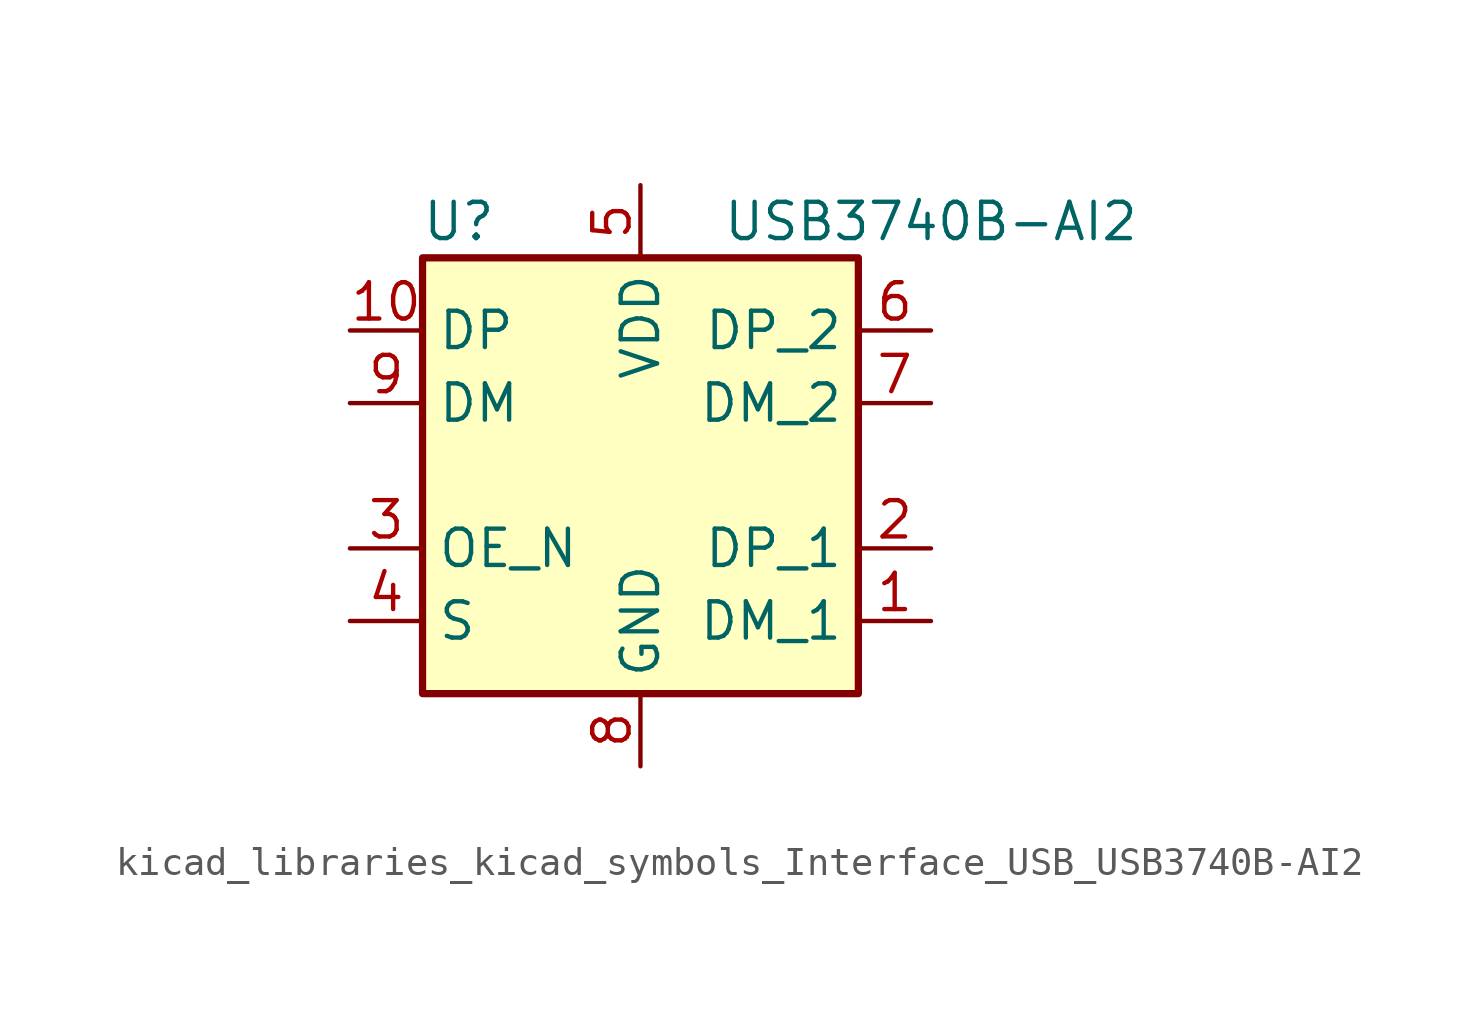
<source format=kicad_sym>
(kicad_symbol_lib
  (version 20220914)
  (generator kicad_symbol_editor)
  (symbol "kicad_libraries_kicad_symbols_Interface_USB_USB3740B-AI2"
    (property "Reference" "U"
      (at -6.35 8.89 0)
      (effects (font (size 1.27 1.27))))
    (property "Value" "USB3740B-AI2"
      (at 10.16 8.89 0)
      (effects (font (size 1.27 1.27))))
    (symbol "kicad_libraries_kicad_symbols_Interface_USB_USB3740B-AI2_0_1"
      (rectangle (start 7.62 7.62) (end -7.62 -7.62) (stroke (width 0.254) (type default)) (fill (type background))))
    (symbol "kicad_libraries_kicad_symbols_Interface_USB_USB3740B-AI2_1_1"
      (pin bidirectional line (at 10.16 -5.08 180) (length 2.54) (name "DM_1" (effects (font (size 1.27 1.27)))) (number "1" (effects (font (size 1.27 1.27)))))
      (pin bidirectional line (at -10.16 5.08 0) (length 2.54) (name "DP" (effects (font (size 1.27 1.27)))) (number "10" (effects (font (size 1.27 1.27)))))
      (pin bidirectional line (at 10.16 -2.54 180) (length 2.54) (name "DP_1" (effects (font (size 1.27 1.27)))) (number "2" (effects (font (size 1.27 1.27)))))
      (pin input line (at -10.16 -2.54 0) (length 2.54) (name "OE_N" (effects (font (size 1.27 1.27)))) (number "3" (effects (font (size 1.27 1.27)))))
      (pin input line (at -10.16 -5.08 0) (length 2.54) (name "S" (effects (font (size 1.27 1.27)))) (number "4" (effects (font (size 1.27 1.27)))))
      (pin power_in line (at 0 10.16 270) (length 2.54) (name "VDD" (effects (font (size 1.27 1.27)))) (number "5" (effects (font (size 1.27 1.27)))))
      (pin bidirectional line (at 10.16 5.08 180) (length 2.54) (name "DP_2" (effects (font (size 1.27 1.27)))) (number "6" (effects (font (size 1.27 1.27)))))
      (pin bidirectional line (at 10.16 2.54 180) (length 2.54) (name "DM_2" (effects (font (size 1.27 1.27)))) (number "7" (effects (font (size 1.27 1.27)))))
      (pin power_in line (at 0 -10.16 90) (length 2.54) (name "GND" (effects (font (size 1.27 1.27)))) (number "8" (effects (font (size 1.27 1.27)))))
      (pin bidirectional line (at -10.16 2.54 0) (length 2.54) (name "DM" (effects (font (size 1.27 1.27)))) (number "9" (effects (font (size 1.27 1.27))))))))
</source>
